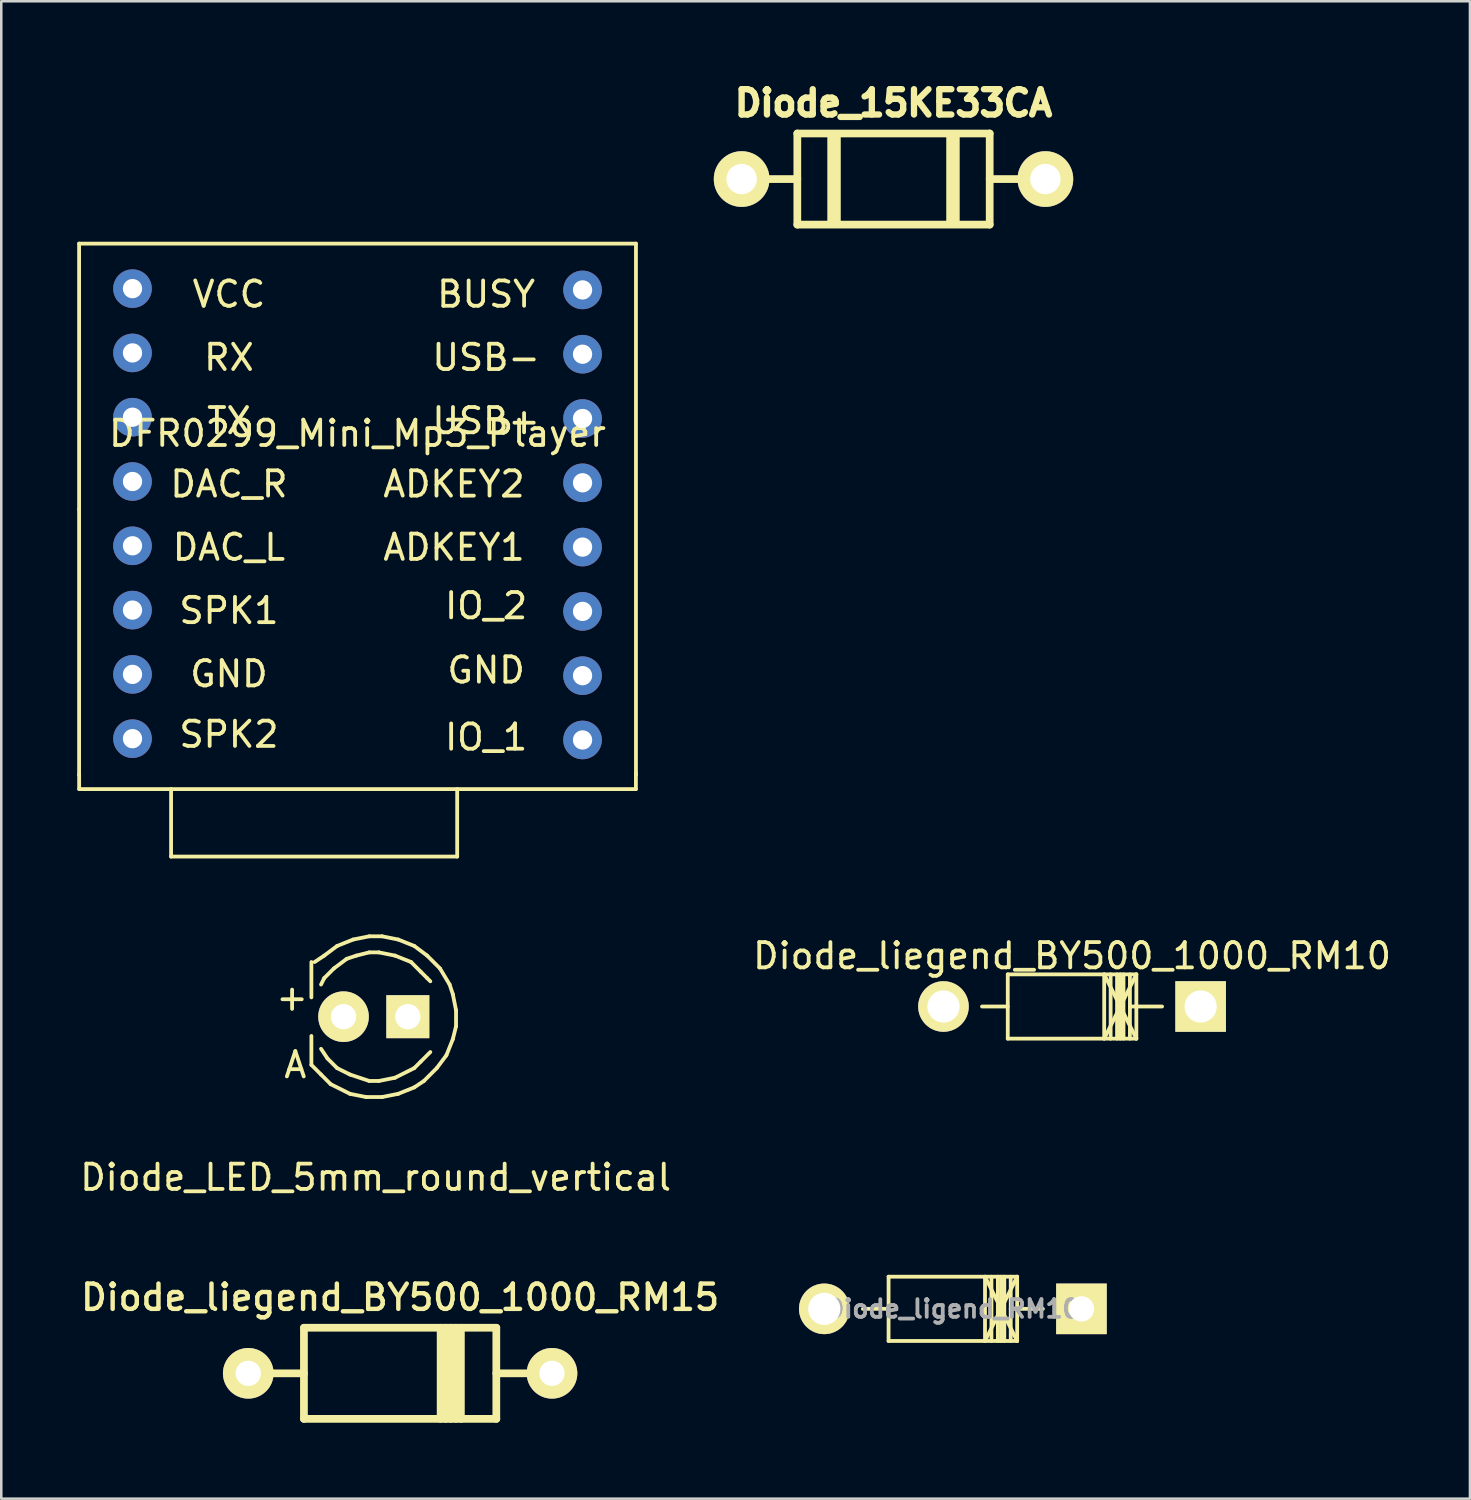
<source format=kicad_pcb>
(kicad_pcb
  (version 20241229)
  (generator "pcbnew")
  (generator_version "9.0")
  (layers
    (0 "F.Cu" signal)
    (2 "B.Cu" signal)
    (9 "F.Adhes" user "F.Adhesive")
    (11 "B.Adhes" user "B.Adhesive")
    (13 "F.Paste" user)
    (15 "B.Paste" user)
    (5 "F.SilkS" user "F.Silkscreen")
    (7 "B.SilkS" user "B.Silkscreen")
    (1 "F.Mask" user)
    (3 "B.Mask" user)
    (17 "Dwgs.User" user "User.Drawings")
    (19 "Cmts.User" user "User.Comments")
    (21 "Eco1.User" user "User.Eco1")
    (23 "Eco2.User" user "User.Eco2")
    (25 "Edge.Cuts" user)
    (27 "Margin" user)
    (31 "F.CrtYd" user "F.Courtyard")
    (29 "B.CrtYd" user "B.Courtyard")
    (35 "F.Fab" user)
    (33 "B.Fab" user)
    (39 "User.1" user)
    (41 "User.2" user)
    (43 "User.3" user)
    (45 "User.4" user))
  (footprint "Diode_ligend_RM10"
    (layer "F.Cu")
    (at 34.595 48.659)
    (property "Reference" "Diode_ligend_RM10" (at 0 0 0) (layer "F.Fab") (effects (font (size 0.7 0.7) (thickness 0.15))))
    (attr through_hole)
    (fp_line (start -2.54 -1.27) (end -2.54 1.27) (stroke (width 0.15) (type solid)) (layer "F.SilkS"))
    (fp_line (start -2.54 0) (end -3.556 0) (stroke (width 0.15) (type solid)) (layer "F.SilkS"))
    (fp_line (start -2.54 1.27) (end 2.54 1.27) (stroke (width 0.15) (type solid)) (layer "F.SilkS"))
    (fp_line (start 1.27 -1.27) (end 1.27 1.27) (stroke (width 0.15) (type solid)) (layer "F.SilkS"))
    (fp_line (start 1.27 -1.27) (end 2.54 1.27) (stroke (width 0.15) (type solid)) (layer "F.SilkS"))
    (fp_line (start 1.524 -1.27) (end 1.524 1.27) (stroke (width 0.15) (type solid)) (layer "F.SilkS"))
    (fp_line (start 1.778 -1.27) (end 1.778 1.27) (stroke (width 0.15) (type solid)) (layer "F.SilkS"))
    (fp_line (start 1.905 -1.27) (end 1.905 1.27) (stroke (width 0.15) (type solid)) (layer "F.SilkS"))
    (fp_line (start 2.032 -1.27) (end 2.032 1.27) (stroke (width 0.15) (type solid)) (layer "F.SilkS"))
    (fp_line (start 2.286 -1.27) (end 2.286 1.27) (stroke (width 0.15) (type solid)) (layer "F.SilkS"))
    (fp_line (start 2.286 0) (end 3.556 0) (stroke (width 0.15) (type solid)) (layer "F.SilkS"))
    (fp_line (start 2.54 -1.27) (end -2.54 -1.27) (stroke (width 0.15) (type solid)) (layer "F.SilkS"))
    (fp_line (start 2.54 -1.27) (end 1.27 1.27) (stroke (width 0.15) (type solid)) (layer "F.SilkS"))
    (fp_line (start 2.54 1.27) (end 2.54 -1.27) (stroke (width 0.15) (type solid)) (layer "F.SilkS"))
    (pad "1" thru_hole rect (at 5.08 0) (size 1.999 1.999) (drill 1.001) (layers "*.Cu" "*.Mask" "F.SilkS"))
    (pad "2" thru_hole circle (at -5.08 0) (size 1.999 1.999) (drill 1.27) (layers "*.Cu" "*.Mask" "F.SilkS")))
  (footprint "Diode_LED_5mm_round_vertical"
    (layer "F.Cu")
    (at 11.792 37.116)
    (property "Reference" "Diode_LED_5mm_round_vertical" (at 0 6.35 0) (layer "F.SilkS") (effects (font (size 1 1) (thickness 0.15))))
    (attr through_hole)
    (fp_line (start -2.54 -2.159) (end -2.54 -0.762) (stroke (width 0.15) (type solid)) (layer "F.SilkS"))
    (fp_line (start -2.54 1.905) (end -2.54 0.762) (stroke (width 0.15) (type solid)) (layer "F.SilkS"))
    (fp_line (start -2.54 1.905) (end -2.159 2.286) (stroke (width 0.15) (type solid)) (layer "F.SilkS"))
    (fp_line (start -2.413 -2.159) (end -2.032 -2.413) (stroke (width 0.15) (type solid)) (layer "F.SilkS"))
    (fp_line (start -2.159 -1.27) (end -2.032 -1.524) (stroke (width 0.15) (type solid)) (layer "F.SilkS"))
    (fp_line (start -2.159 1.27) (end -1.905 1.651) (stroke (width 0.15) (type solid)) (layer "F.SilkS"))
    (fp_line (start -2.032 -2.413) (end -1.524 -2.794) (stroke (width 0.15) (type solid)) (layer "F.SilkS"))
    (fp_line (start -2.032 -1.524) (end -1.651 -1.905) (stroke (width 0.15) (type solid)) (layer "F.SilkS"))
    (fp_line (start -1.905 1.651) (end -1.524 2.032) (stroke (width 0.15) (type solid)) (layer "F.SilkS"))
    (fp_line (start -1.778 2.667) (end -2.159 2.286) (stroke (width 0.15) (type solid)) (layer "F.SilkS"))
    (fp_line (start -1.651 -1.905) (end -1.143 -2.286) (stroke (width 0.15) (type solid)) (layer "F.SilkS"))
    (fp_line (start -1.524 -2.794) (end -0.889 -3.048) (stroke (width 0.15) (type solid)) (layer "F.SilkS"))
    (fp_line (start -1.524 2.032) (end -1.016 2.286) (stroke (width 0.15) (type solid)) (layer "F.SilkS"))
    (fp_line (start -1.143 -2.286) (end -0.762 -2.413) (stroke (width 0.15) (type solid)) (layer "F.SilkS"))
    (fp_line (start -1.016 2.286) (end -0.254 2.54) (stroke (width 0.15) (type solid)) (layer "F.SilkS"))
    (fp_line (start -1.016 3.048) (end -1.778 2.667) (stroke (width 0.15) (type solid)) (layer "F.SilkS"))
    (fp_line (start -0.889 -3.048) (end -0.254 -3.175) (stroke (width 0.15) (type solid)) (layer "F.SilkS"))
    (fp_line (start -0.762 -2.413) (end -0.254 -2.54) (stroke (width 0.15) (type solid)) (layer "F.SilkS"))
    (fp_line (start -0.381 3.175) (end -1.016 3.048) (stroke (width 0.15) (type solid)) (layer "F.SilkS"))
    (fp_line (start -0.254 -3.175) (end 0.254 -3.175) (stroke (width 0.15) (type solid)) (layer "F.SilkS"))
    (fp_line (start -0.254 -2.54) (end 0.127 -2.54) (stroke (width 0.15) (type solid)) (layer "F.SilkS"))
    (fp_line (start -0.254 2.54) (end 0.127 2.54) (stroke (width 0.15) (type solid)) (layer "F.SilkS"))
    (fp_line (start 0.127 -2.54) (end 0.762 -2.413) (stroke (width 0.15) (type solid)) (layer "F.SilkS"))
    (fp_line (start 0.127 2.54) (end 0.762 2.413) (stroke (width 0.15) (type solid)) (layer "F.SilkS"))
    (fp_line (start 0.254 -3.175) (end 0.889 -3.048) (stroke (width 0.15) (type solid)) (layer "F.SilkS"))
    (fp_line (start 0.254 3.175) (end -0.381 3.175) (stroke (width 0.15) (type solid)) (layer "F.SilkS"))
    (fp_line (start 0.762 -2.413) (end 1.397 -2.159) (stroke (width 0.15) (type solid)) (layer "F.SilkS"))
    (fp_line (start 0.762 2.413) (end 1.524 2.032) (stroke (width 0.15) (type solid)) (layer "F.SilkS"))
    (fp_line (start 0.889 -3.048) (end 1.524 -2.794) (stroke (width 0.15) (type solid)) (layer "F.SilkS"))
    (fp_line (start 0.889 3.048) (end 0.254 3.175) (stroke (width 0.15) (type solid)) (layer "F.SilkS"))
    (fp_line (start 1.397 -2.159) (end 1.778 -1.778) (stroke (width 0.15) (type solid)) (layer "F.SilkS"))
    (fp_line (start 1.524 -2.794) (end 2.032 -2.413) (stroke (width 0.15) (type solid)) (layer "F.SilkS"))
    (fp_line (start 1.524 2.032) (end 1.778 1.778) (stroke (width 0.15) (type solid)) (layer "F.SilkS"))
    (fp_line (start 1.524 2.794) (end 0.889 3.048) (stroke (width 0.15) (type solid)) (layer "F.SilkS"))
    (fp_line (start 1.778 -1.778) (end 2.032 -1.524) (stroke (width 0.15) (type solid)) (layer "F.SilkS"))
    (fp_line (start 1.778 1.778) (end 2.159 1.397) (stroke (width 0.15) (type solid)) (layer "F.SilkS"))
    (fp_line (start 1.905 2.54) (end 1.524 2.794) (stroke (width 0.15) (type solid)) (layer "F.SilkS"))
    (fp_line (start 2.032 -2.413) (end 2.54 -1.905) (stroke (width 0.15) (type solid)) (layer "F.SilkS"))
    (fp_line (start 2.032 -1.524) (end 2.159 -1.397) (stroke (width 0.15) (type solid)) (layer "F.SilkS"))
    (fp_line (start 2.413 2.032) (end 1.905 2.54) (stroke (width 0.15) (type solid)) (layer "F.SilkS"))
    (fp_line (start 2.54 -1.905) (end 2.921 -1.27) (stroke (width 0.15) (type solid)) (layer "F.SilkS"))
    (fp_line (start 2.794 1.524) (end 2.413 2.032) (stroke (width 0.15) (type solid)) (layer "F.SilkS"))
    (fp_line (start 2.921 -1.27) (end 3.048 -0.889) (stroke (width 0.15) (type solid)) (layer "F.SilkS"))
    (fp_line (start 3.048 -0.889) (end 3.175 -0.254) (stroke (width 0.15) (type solid)) (layer "F.SilkS"))
    (fp_line (start 3.048 0.889) (end 2.794 1.524) (stroke (width 0.15) (type solid)) (layer "F.SilkS"))
    (fp_line (start 3.175 -0.254) (end 3.175 0.381) (stroke (width 0.15) (type solid)) (layer "F.SilkS"))
    (fp_line (start 3.175 0.381) (end 3.048 0.889) (stroke (width 0.15) (type solid)) (layer "F.SilkS"))
    (fp_text user "A" (at -3.175 1.905 0) (layer "F.SilkS") (effects (font (size 1 1) (thickness 0.15))))
    (fp_text user "+" (at -3.302 -0.762 0) (layer "F.SilkS") (effects (font (size 1 1) (thickness 0.15))))
    (pad "1" thru_hole circle (at -1.27 0 90) (size 1.999 1.999) (drill 1.001) (layers "*.Cu" "*.Mask" "F.SilkS"))
    (pad "2" thru_hole rect (at 1.27 0) (size 1.699 1.699) (drill 1.001) (layers "*.Cu" "*.Mask" "F.SilkS")))
  (footprint "Diode_15KE33CA"
    (layer "F.Cu")
    (at 32.25 4.024)
    (property "Reference" "Diode_15KE33CA" (at 0 -3 0) (layer "F.SilkS") (effects (font (size 1 1) (thickness 0.25))))
    (attr through_hole)
    (fp_line (start -6 0) (end -3.8 0) (stroke (width 0.305) (type solid)) (layer "F.SilkS"))
    (fp_line (start -3.8 -1.8) (end 3.8 -1.8) (stroke (width 0.305) (type solid)) (layer "F.SilkS"))
    (fp_line (start -3.8 1.8) (end -3.8 -1.8) (stroke (width 0.305) (type solid)) (layer "F.SilkS"))
    (fp_line (start -2.54 -1.778) (end -2.54 1.778) (stroke (width 0.15) (type solid)) (layer "F.SilkS"))
    (fp_line (start -2.54 1.778) (end -2.286 1.778) (stroke (width 0.15) (type solid)) (layer "F.SilkS"))
    (fp_line (start -2.413 -1.778) (end -2.413 1.778) (stroke (width 0.15) (type solid)) (layer "F.SilkS"))
    (fp_line (start -2.413 1.778) (end -2.286 0.635) (stroke (width 0.15) (type solid)) (layer "F.SilkS"))
    (fp_line (start -2.286 -1.778) (end -2.286 1.778) (stroke (width 0.15) (type solid)) (layer "F.SilkS"))
    (fp_line (start -2.159 -1.778) (end -2.159 1.778) (stroke (width 0.15) (type solid)) (layer "F.SilkS"))
    (fp_line (start 2.159 -1.778) (end 2.159 1.778) (stroke (width 0.15) (type solid)) (layer "F.SilkS"))
    (fp_line (start 2.286 -1.778) (end 2.159 -1.778) (stroke (width 0.15) (type solid)) (layer "F.SilkS"))
    (fp_line (start 2.286 1.778) (end 2.286 -1.778) (stroke (width 0.15) (type solid)) (layer "F.SilkS"))
    (fp_line (start 2.413 -1.778) (end 2.413 1.778) (stroke (width 0.15) (type solid)) (layer "F.SilkS"))
    (fp_line (start 2.413 1.778) (end 2.286 1.778) (stroke (width 0.15) (type solid)) (layer "F.SilkS"))
    (fp_line (start 2.54 -1.778) (end 2.54 1.778) (stroke (width 0.15) (type solid)) (layer "F.SilkS"))
    (fp_line (start 3.8 -1.8) (end 3.8 1.8) (stroke (width 0.305) (type solid)) (layer "F.SilkS"))
    (fp_line (start 3.8 1.8) (end -3.8 1.8) (stroke (width 0.305) (type solid)) (layer "F.SilkS"))
    (fp_line (start 6 0) (end 3.8 0) (stroke (width 0.305) (type solid)) (layer "F.SilkS"))
    (pad "1" thru_hole circle (at -6 0) (size 2.2 2.2) (drill 1.2) (layers "*.Cu" "*.Mask" "F.SilkS"))
    (pad "2" thru_hole circle (at 6 0) (size 2.2 2.2) (drill 1.2) (layers "*.Cu" "*.Mask" "F.SilkS")))
  (footprint "Diode_liegend_BY500_1000_RM15"
    (layer "F.Cu")
    (at 12.758 51.206)
    (property "Reference" "Diode_liegend_BY500_1000_RM15" (at 0 -3 0) (layer "F.SilkS") (effects (font (size 1 1) (thickness 0.175))))
    (attr through_hole)
    (fp_line (start -6 0) (end -3.8 0) (stroke (width 0.305) (type solid)) (layer "F.SilkS"))
    (fp_line (start -3.8 -1.8) (end 3.8 -1.8) (stroke (width 0.305) (type solid)) (layer "F.SilkS"))
    (fp_line (start -3.8 1.8) (end -3.8 -1.8) (stroke (width 0.305) (type solid)) (layer "F.SilkS"))
    (fp_line (start 1.6 -1.8) (end 1.6 1.8) (stroke (width 0.305) (type solid)) (layer "F.SilkS"))
    (fp_line (start 1.8 1.8) (end 1.8 -1.8) (stroke (width 0.305) (type solid)) (layer "F.SilkS"))
    (fp_line (start 2 1.8) (end 2 -1.8) (stroke (width 0.305) (type solid)) (layer "F.SilkS"))
    (fp_line (start 2.2 -1.8) (end 2.2 1.8) (stroke (width 0.305) (type solid)) (layer "F.SilkS"))
    (fp_line (start 2.4 1.8) (end 2.4 -1.8) (stroke (width 0.305) (type solid)) (layer "F.SilkS"))
    (fp_line (start 3.8 -1.8) (end 3.8 1.8) (stroke (width 0.305) (type solid)) (layer "F.SilkS"))
    (fp_line (start 3.8 1.8) (end -3.8 1.8) (stroke (width 0.305) (type solid)) (layer "F.SilkS"))
    (fp_line (start 6 0) (end 3.8 0) (stroke (width 0.305) (type solid)) (layer "F.SilkS"))
    (pad "1" thru_hole circle (at 6 0) (size 2 2) (drill 1) (layers "*.Cu" "*.Mask" "F.SilkS"))
    (pad "2" thru_hole circle (at -6 0) (size 2 2) (drill 1) (layers "*.Cu" "*.Mask" "F.SilkS")))
  (footprint "DFR0299_Mini_Mp3_Player"
    (layer "F.Cu")
    (at 11.075 17.075)
    (property "Reference" "DFR0299_Mini_Mp3_Player" (at 0 -3 0) (layer "F.SilkS") (effects (font (size 1 1) (thickness 0.15))))
    (attr through_hole)
    (fp_line (start -11 -10.5) (end -11 0) (stroke (width 0.15) (type solid)) (layer "F.SilkS"))
    (fp_line (start -11 0) (end -11 10.5) (stroke (width 0.15) (type solid)) (layer "F.SilkS"))
    (fp_line (start -10.998 11.049) (end -10.998 10.477) (stroke (width 0.15) (type solid)) (layer "F.SilkS"))
    (fp_line (start -7.366 11.049) (end -7.366 13.716) (stroke (width 0.15) (type solid)) (layer "F.SilkS"))
    (fp_line (start -7.366 13.716) (end 3.937 13.716) (stroke (width 0.15) (type solid)) (layer "F.SilkS"))
    (fp_line (start 3.937 11.049) (end 3.937 13.716) (stroke (width 0.15) (type solid)) (layer "F.SilkS"))
    (fp_line (start 10.998 11.049) (end -10.998 11.049) (stroke (width 0.15) (type solid)) (layer "F.SilkS"))
    (fp_line (start 10.998 11.049) (end 10.998 10.414) (stroke (width 0.15) (type solid)) (layer "F.SilkS"))
    (fp_line (start 11 -10.5) (end -11 -10.5) (stroke (width 0.15) (type solid)) (layer "F.SilkS"))
    (fp_line (start 11 10.5) (end 11 -10.5) (stroke (width 0.15) (type solid)) (layer "F.SilkS"))
    (fp_line (start -11 -10.5) (end 11 10.5) (stroke (width 0.15) (type solid)) (layer "Eco1.User"))
    (fp_line (start -11 10.5) (end 11 -10.5) (stroke (width 0.15) (type solid)) (layer "Eco1.User"))
    (fp_line (start -11 10.5) (end 11 10.5) (stroke (width 0.15) (type solid)) (layer "Eco1.User"))
    (fp_line (start -9.5 -17) (end -9.5 12) (stroke (width 0.15) (type solid)) (layer "Eco1.User"))
    (fp_line (start 9.5 -17) (end 9.5 12) (stroke (width 0.15) (type solid)) (layer "Eco1.User"))
    (fp_text user "SPK2" (at -5.08 8.89 0) (layer "F.SilkS") (effects (font (size 1 1) (thickness 0.15))))
    (fp_text user "VCC" (at -5.08 -8.5 0) (layer "F.SilkS") (effects (font (size 1 1) (thickness 0.15))))
    (fp_text user "GND" (at -5.08 6.5 0) (layer "F.SilkS") (effects (font (size 1 1) (thickness 0.15))))
    (fp_text user "TX" (at -5.08 -3.5 0) (layer "F.SilkS") (effects (font (size 1 1) (thickness 0.15))))
    (fp_text user "IO_1" (at 5.08 9 0) (layer "F.SilkS") (effects (font (size 1 1) (thickness 0.15))))
    (fp_text user "RX" (at -5.08 -6 0) (layer "F.SilkS") (effects (font (size 1 1) (thickness 0.15))))
    (fp_text user "GND" (at 5.08 6.35 0) (layer "F.SilkS") (effects (font (size 1 1) (thickness 0.15))))
    (fp_text user "USB-" (at 5.08 -6 0) (layer "F.SilkS") (effects (font (size 1 1) (thickness 0.15))))
    (fp_text user "ADKEY1" (at 3.81 1.5 0) (layer "F.SilkS") (effects (font (size 1 1) (thickness 0.15))))
    (fp_text user "SPK1" (at -5.08 4 0) (layer "F.SilkS") (effects (font (size 1 1) (thickness 0.15))))
    (fp_text user "ADKEY2" (at 3.81 -1 0) (layer "F.SilkS") (effects (font (size 1 1) (thickness 0.15))))
    (fp_text user "DAC_R" (at -5.08 -1 0) (layer "F.SilkS") (effects (font (size 1 1) (thickness 0.15))))
    (fp_text user "BUSY" (at 5.08 -8.5 0) (layer "F.SilkS") (effects (font (size 1 1) (thickness 0.15))))
    (fp_text user "DAC_L" (at -5.08 1.5 0) (layer "F.SilkS") (effects (font (size 1 1) (thickness 0.15))))
    (fp_text user "USB+" (at 5.08 -3.5 0) (layer "F.SilkS") (effects (font (size 1 1) (thickness 0.15))))
    (fp_text user "IO_2" (at 5.08 3.81 0) (layer "F.SilkS") (effects (font (size 1 1) (thickness 0.15))))
    (pad "1" thru_hole circle (at -8.89 -8.722) (size 1.524 1.524) (drill 0.762) (layers "*.Cu" "*.Mask"))
    (pad "2" thru_hole circle (at -8.89 -6.182) (size 1.524 1.524) (drill 0.762) (layers "*.Cu" "*.Mask"))
    (pad "3" thru_hole circle (at -8.89 -3.642) (size 1.524 1.524) (drill 0.762) (layers "*.Cu" "*.Mask"))
    (pad "4" thru_hole circle (at -8.89 -1.102) (size 1.524 1.524) (drill 0.762) (layers "*.Cu" "*.Mask"))
    (pad "5" thru_hole circle (at -8.89 1.438) (size 1.524 1.524) (drill 0.762) (layers "*.Cu" "*.Mask"))
    (pad "6" thru_hole circle (at -8.89 3.978) (size 1.524 1.524) (drill 0.762) (layers "*.Cu" "*.Mask"))
    (pad "7" thru_hole circle (at -8.89 6.518) (size 1.524 1.524) (drill 0.762) (layers "*.Cu" "*.Mask"))
    (pad "8" thru_hole circle (at -8.89 9.058) (size 1.524 1.524) (drill 0.762) (layers "*.Cu" "*.Mask"))
    (pad "9" thru_hole circle (at 8.89 -8.671) (size 1.524 1.524) (drill 0.762) (layers "*.Cu" "*.Mask"))
    (pad "10" thru_hole circle (at 8.89 -6.131) (size 1.524 1.524) (drill 0.762) (layers "*.Cu" "*.Mask"))
    (pad "11" thru_hole circle (at 8.89 -3.591) (size 1.524 1.524) (drill 0.762) (layers "*.Cu" "*.Mask"))
    (pad "12" thru_hole circle (at 8.89 -1.051) (size 1.524 1.524) (drill 0.762) (layers "*.Cu" "*.Mask"))
    (pad "13" thru_hole circle (at 8.89 1.489) (size 1.524 1.524) (drill 0.762) (layers "*.Cu" "*.Mask"))
    (pad "14" thru_hole circle (at 8.89 4.029) (size 1.524 1.524) (drill 0.762) (layers "*.Cu" "*.Mask"))
    (pad "15" thru_hole circle (at 8.89 6.569) (size 1.524 1.524) (drill 0.762) (layers "*.Cu" "*.Mask"))
    (pad "16" thru_hole circle (at 8.89 9.109) (size 1.524 1.524) (drill 0.762) (layers "*.Cu" "*.Mask")))
  (footprint "Diode_liegend_BY500_1000_RM10"
    (layer "F.Cu")
    (at 39.304 36.714)
    (property "Reference" "Diode_liegend_BY500_1000_RM10" (at 0 -2 0) (layer "F.SilkS") (effects (font (size 1 1) (thickness 0.15))))
    (attr through_hole)
    (fp_line (start -2.54 -1.27) (end -2.54 1.27) (stroke (width 0.15) (type solid)) (layer "F.SilkS"))
    (fp_line (start -2.54 0) (end -3.556 0) (stroke (width 0.15) (type solid)) (layer "F.SilkS"))
    (fp_line (start -2.54 1.27) (end 2.54 1.27) (stroke (width 0.15) (type solid)) (layer "F.SilkS"))
    (fp_line (start 1.27 -1.27) (end 1.27 1.27) (stroke (width 0.15) (type solid)) (layer "F.SilkS"))
    (fp_line (start 1.27 -1.27) (end 2.54 1.27) (stroke (width 0.15) (type solid)) (layer "F.SilkS"))
    (fp_line (start 1.524 -1.27) (end 1.524 1.27) (stroke (width 0.15) (type solid)) (layer "F.SilkS"))
    (fp_line (start 1.778 -1.27) (end 1.778 1.27) (stroke (width 0.15) (type solid)) (layer "F.SilkS"))
    (fp_line (start 1.905 -1.27) (end 1.905 1.27) (stroke (width 0.15) (type solid)) (layer "F.SilkS"))
    (fp_line (start 2.032 -1.27) (end 2.032 1.27) (stroke (width 0.15) (type solid)) (layer "F.SilkS"))
    (fp_line (start 2.286 -1.27) (end 2.286 1.27) (stroke (width 0.15) (type solid)) (layer "F.SilkS"))
    (fp_line (start 2.286 0) (end 3.556 0) (stroke (width 0.15) (type solid)) (layer "F.SilkS"))
    (fp_line (start 2.54 -1.27) (end -2.54 -1.27) (stroke (width 0.15) (type solid)) (layer "F.SilkS"))
    (fp_line (start 2.54 -1.27) (end 1.27 1.27) (stroke (width 0.15) (type solid)) (layer "F.SilkS"))
    (fp_line (start 2.54 1.27) (end 2.54 -1.27) (stroke (width 0.15) (type solid)) (layer "F.SilkS"))
    (pad "1" thru_hole rect (at 5.08 0) (size 1.999 1.999) (drill 1.27) (layers "*.Cu" "*.Mask" "F.SilkS"))
    (pad "2" thru_hole circle (at -5.08 0) (size 1.999 1.999) (drill 1.27) (layers "*.Cu" "*.Mask" "F.SilkS")))
  (gr_rect
    (start -3 -3)
    (end 55.024 56.159)
    (stroke (width 0.1) (type default))
    (fill no)
    (layer "Edge.Cuts")))
</source>
